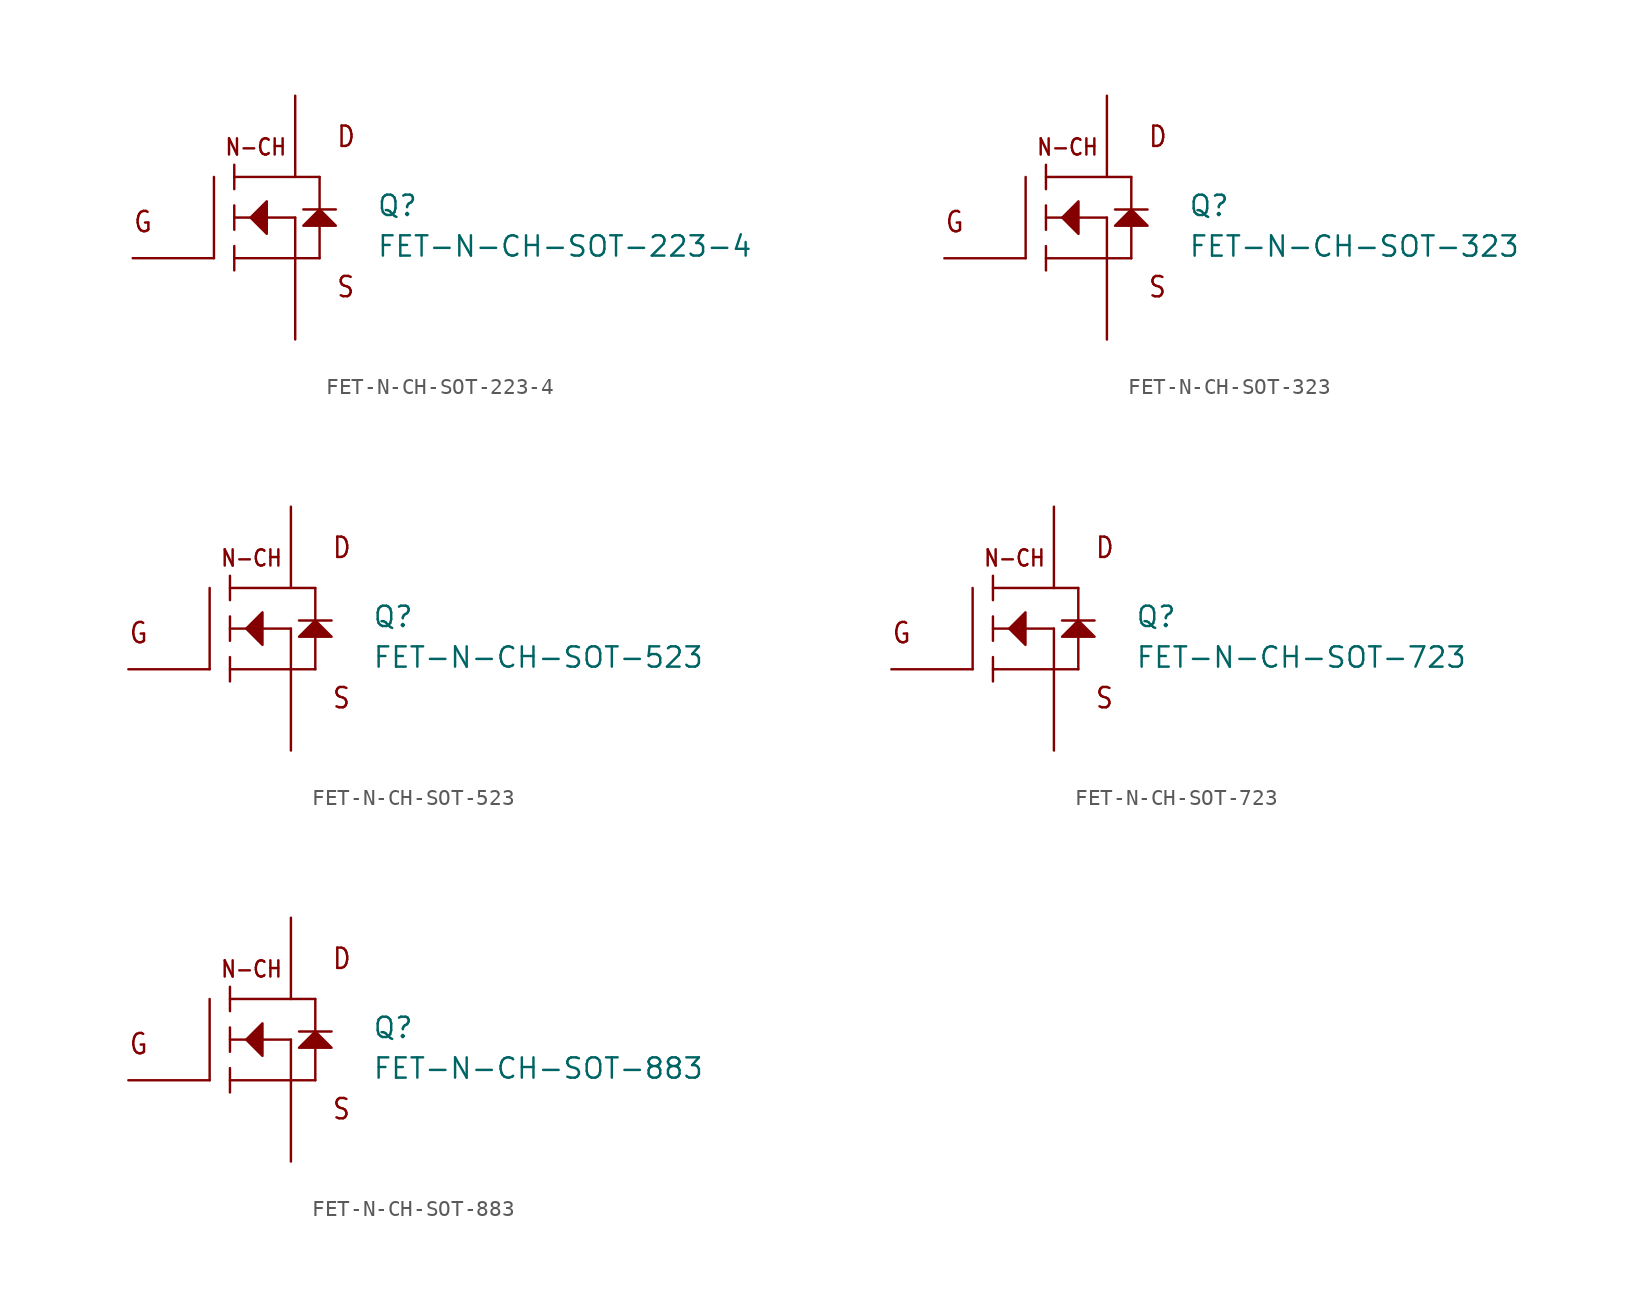
<source format=kicad_sym>
(kicad_symbol_lib
  (version 20211014)
  (generator kicad_symbol_editor)
  (symbol "FET-N-CH-SOT-223-4"
    (pin_numbers hide)
    (pin_names hide)
    (property "Reference" "Q"
      (at 7.62 0 0)
      (effects (font (size 1.27 1.27)) (justify left bottom)))
    (property "Value" "FET-N-CH-SOT-223-4"
      (at 7.62 -2.54 0)
      (effects (font (size 1.27 1.27)) (justify left bottom)))
    (property "Datasheet" ""
      (at 0 0 0))
    (property "ki_fp_filters" "FlashPCB_Transistors:SOT-223-4 FlashPCB_Transistors:SOT-223-4_NOSILK"
      (at 0 0 0))
    (symbol "FET-N-CH-SOT-223-4_1_1"
      (text "G" (at -7.62 -1.016 0) (effects (font (size 1.27 1.086)) (justify left bottom)))
      (text "D" (at 5.08 4.318 0) (effects (font (size 1.27 1.086)) (justify left bottom)))
      (text "S" (at 5.08 -5.08 0) (effects (font (size 1.27 1.086)) (justify left bottom)))
      (text "N-CH" (at -1.905 3.81 0) (effects (font (size 1.016 0.869)) (justify left bottom)))
      (polyline (pts (xy -0.254 0) (xy 0.762 1.016) (xy 0.762 -1.016) (xy -0.254 0)) (stroke (width 0.152) (type default)) (fill (type outline)))
      (polyline (pts (xy 3.048 -0.508) (xy 5.08 -0.508) (xy 4.064 0.508) (xy 3.048 -0.508)) (stroke (width 0.152) (type default)) (fill (type outline)))
      (polyline (pts (xy -2.54 -2.54) (xy -2.54 2.54)) (stroke (width 0.152)) (fill (type none)))
      (polyline (pts (xy 2.54 -2.54) (xy -1.27 -2.54)) (stroke (width 0.152)) (fill (type none)))
      (polyline (pts (xy 2.54 -2.54) (xy 2.54 0)) (stroke (width 0.152)) (fill (type none)))
      (polyline (pts (xy 2.54 0) (xy -1.27 0)) (stroke (width 0.152)) (fill (type none)))
      (polyline (pts (xy 4.064 2.54) (xy -1.27 2.54)) (stroke (width 0.152)) (fill (type none)))
      (polyline (pts (xy -1.27 3.302) (xy -1.27 1.778)) (stroke (width 0.152)) (fill (type none)))
      (polyline (pts (xy -1.27 0.762) (xy -1.27 -0.762)) (stroke (width 0.152)) (fill (type none)))
      (polyline (pts (xy -1.27 -1.778) (xy -1.27 -3.302)) (stroke (width 0.152)) (fill (type none)))
      (polyline (pts (xy 2.54 -2.54) (xy 4.064 -2.54)) (stroke (width 0.152)) (fill (type none)))
      (polyline (pts (xy 4.064 -2.54) (xy 4.064 2.54)) (stroke (width 0.152)) (fill (type none)))
      (polyline (pts (xy 3.048 0.508) (xy 5.08 0.508)) (stroke (width 0.152)) (fill (type none)))
      (circle private (center 0 0) (radius 5.68) (stroke (width 0.152) (type default)) (fill (type none)))
      (pin bidirectional line (at -7.62 -2.54 0) (length 5.08) (name "GATE" (effects (font (size 0 0)))) (number "1" (effects (font (size 0 0)))))
      (pin bidirectional line (at 2.54 -7.62 90) (length 5.08) (name "SOURCE" (effects (font (size 0 0)))) (number "3" (effects (font (size 0 0)))))
      (pin bidirectional line (at 2.54 7.62 270) (length 5.08) (name "DRAIN" (effects (font (size 0 0)))) (number "2" (effects (font (size 0 0)))))
      (pin bidirectional line (at 2.54 7.62 270) (length 5.08) hide (name "DRAIN" (effects (font (size 0 0)))) (number "4" (effects (font (size 0 0)))))))
  (symbol "FET-N-CH-SOT-323"
    (pin_numbers hide)
    (pin_names hide)
    (property "Reference" "Q"
      (at 7.62 0 0)
      (effects (font (size 1.27 1.27)) (justify left bottom)))
    (property "Value" "FET-N-CH-SOT-323"
      (at 7.62 -2.54 0)
      (effects (font (size 1.27 1.27)) (justify left bottom)))
    (property "Datasheet" ""
      (at 0 0 0))
    (property "ki_fp_filters" "FlashPCB_Transistors:SOT-323 FlashPCB_Transistors:SOT-323_NOSILK"
      (at 0 0 0))
    (symbol "FET-N-CH-SOT-323_1_1"
      (text "G" (at -7.62 -1.016 0) (effects (font (size 1.27 1.086)) (justify left bottom)))
      (text "D" (at 5.08 4.318 0) (effects (font (size 1.27 1.086)) (justify left bottom)))
      (text "S" (at 5.08 -5.08 0) (effects (font (size 1.27 1.086)) (justify left bottom)))
      (text "N-CH" (at -1.905 3.81 0) (effects (font (size 1.016 0.869)) (justify left bottom)))
      (polyline (pts (xy -0.254 0) (xy 0.762 1.016) (xy 0.762 -1.016) (xy -0.254 0)) (stroke (width 0.152) (type default)) (fill (type outline)))
      (polyline (pts (xy 3.048 -0.508) (xy 5.08 -0.508) (xy 4.064 0.508) (xy 3.048 -0.508)) (stroke (width 0.152) (type default)) (fill (type outline)))
      (polyline (pts (xy -2.54 -2.54) (xy -2.54 2.54)) (stroke (width 0.152)) (fill (type none)))
      (polyline (pts (xy 2.54 -2.54) (xy -1.27 -2.54)) (stroke (width 0.152)) (fill (type none)))
      (polyline (pts (xy 2.54 -2.54) (xy 2.54 0)) (stroke (width 0.152)) (fill (type none)))
      (polyline (pts (xy 2.54 0) (xy -1.27 0)) (stroke (width 0.152)) (fill (type none)))
      (polyline (pts (xy 4.064 2.54) (xy -1.27 2.54)) (stroke (width 0.152)) (fill (type none)))
      (polyline (pts (xy -1.27 3.302) (xy -1.27 1.778)) (stroke (width 0.152)) (fill (type none)))
      (polyline (pts (xy -1.27 0.762) (xy -1.27 -0.762)) (stroke (width 0.152)) (fill (type none)))
      (polyline (pts (xy -1.27 -1.778) (xy -1.27 -3.302)) (stroke (width 0.152)) (fill (type none)))
      (polyline (pts (xy 2.54 -2.54) (xy 4.064 -2.54)) (stroke (width 0.152)) (fill (type none)))
      (polyline (pts (xy 4.064 -2.54) (xy 4.064 2.54)) (stroke (width 0.152)) (fill (type none)))
      (polyline (pts (xy 3.048 0.508) (xy 5.08 0.508)) (stroke (width 0.152)) (fill (type none)))
      (circle private (center 0 0) (radius 5.68) (stroke (width 0.152) (type default)) (fill (type none)))
      (pin bidirectional line (at -7.62 -2.54 0) (length 5.08) (name "GATE" (effects (font (size 0 0)))) (number "1" (effects (font (size 0 0)))))
      (pin bidirectional line (at 2.54 -7.62 90) (length 5.08) (name "SOURCE" (effects (font (size 0 0)))) (number "2" (effects (font (size 0 0)))))
      (pin bidirectional line (at 2.54 7.62 270) (length 5.08) (name "DRAIN" (effects (font (size 0 0)))) (number "3" (effects (font (size 0 0)))))))
  (symbol "FET-N-CH-SOT-523"
    (pin_numbers hide)
    (pin_names hide)
    (property "Reference" "Q"
      (at 7.62 0 0)
      (effects (font (size 1.27 1.27)) (justify left bottom)))
    (property "Value" "FET-N-CH-SOT-523"
      (at 7.62 -2.54 0)
      (effects (font (size 1.27 1.27)) (justify left bottom)))
    (property "Datasheet" ""
      (at 0 0 0))
    (property "ki_fp_filters" "FlashPCB_Transistors:SOT-523 FlashPCB_Transistors:SOT-523_NOSILK"
      (at 0 0 0))
    (symbol "FET-N-CH-SOT-523_1_1"
      (text "G" (at -7.62 -1.016 0) (effects (font (size 1.27 1.086)) (justify left bottom)))
      (text "D" (at 5.08 4.318 0) (effects (font (size 1.27 1.086)) (justify left bottom)))
      (text "S" (at 5.08 -5.08 0) (effects (font (size 1.27 1.086)) (justify left bottom)))
      (text "N-CH" (at -1.905 3.81 0) (effects (font (size 1.016 0.869)) (justify left bottom)))
      (polyline (pts (xy -0.254 0) (xy 0.762 1.016) (xy 0.762 -1.016) (xy -0.254 0)) (stroke (width 0.152) (type default)) (fill (type outline)))
      (polyline (pts (xy 3.048 -0.508) (xy 5.08 -0.508) (xy 4.064 0.508) (xy 3.048 -0.508)) (stroke (width 0.152) (type default)) (fill (type outline)))
      (polyline (pts (xy -2.54 -2.54) (xy -2.54 2.54)) (stroke (width 0.152)) (fill (type none)))
      (polyline (pts (xy 2.54 -2.54) (xy -1.27 -2.54)) (stroke (width 0.152)) (fill (type none)))
      (polyline (pts (xy 2.54 -2.54) (xy 2.54 0)) (stroke (width 0.152)) (fill (type none)))
      (polyline (pts (xy 2.54 0) (xy -1.27 0)) (stroke (width 0.152)) (fill (type none)))
      (polyline (pts (xy 4.064 2.54) (xy -1.27 2.54)) (stroke (width 0.152)) (fill (type none)))
      (polyline (pts (xy -1.27 3.302) (xy -1.27 1.778)) (stroke (width 0.152)) (fill (type none)))
      (polyline (pts (xy -1.27 0.762) (xy -1.27 -0.762)) (stroke (width 0.152)) (fill (type none)))
      (polyline (pts (xy -1.27 -1.778) (xy -1.27 -3.302)) (stroke (width 0.152)) (fill (type none)))
      (polyline (pts (xy 2.54 -2.54) (xy 4.064 -2.54)) (stroke (width 0.152)) (fill (type none)))
      (polyline (pts (xy 4.064 -2.54) (xy 4.064 2.54)) (stroke (width 0.152)) (fill (type none)))
      (polyline (pts (xy 3.048 0.508) (xy 5.08 0.508)) (stroke (width 0.152)) (fill (type none)))
      (circle private (center 0 0) (radius 5.68) (stroke (width 0.152) (type default)) (fill (type none)))
      (pin bidirectional line (at -7.62 -2.54 0) (length 5.08) (name "GATE" (effects (font (size 0 0)))) (number "1" (effects (font (size 0 0)))))
      (pin bidirectional line (at 2.54 -7.62 90) (length 5.08) (name "SOURCE" (effects (font (size 0 0)))) (number "2" (effects (font (size 0 0)))))
      (pin bidirectional line (at 2.54 7.62 270) (length 5.08) (name "DRAIN" (effects (font (size 0 0)))) (number "3" (effects (font (size 0 0)))))))
  (symbol "FET-N-CH-SOT-723"
    (pin_numbers hide)
    (pin_names hide)
    (property "Reference" "Q"
      (at 7.62 0 0)
      (effects (font (size 1.27 1.27)) (justify left bottom)))
    (property "Value" "FET-N-CH-SOT-723"
      (at 7.62 -2.54 0)
      (effects (font (size 1.27 1.27)) (justify left bottom)))
    (property "Datasheet" ""
      (at 0 0 0))
    (property "ki_fp_filters" "FlashPCB_Transistors:SOT-723 FlashPCB_Transistors:SOT-723_NOSILK"
      (at 0 0 0))
    (symbol "FET-N-CH-SOT-723_1_1"
      (text "G" (at -7.62 -1.016 0) (effects (font (size 1.27 1.086)) (justify left bottom)))
      (text "D" (at 5.08 4.318 0) (effects (font (size 1.27 1.086)) (justify left bottom)))
      (text "S" (at 5.08 -5.08 0) (effects (font (size 1.27 1.086)) (justify left bottom)))
      (text "N-CH" (at -1.905 3.81 0) (effects (font (size 1.016 0.869)) (justify left bottom)))
      (polyline (pts (xy -0.254 0) (xy 0.762 1.016) (xy 0.762 -1.016) (xy -0.254 0)) (stroke (width 0.152) (type default)) (fill (type outline)))
      (polyline (pts (xy 3.048 -0.508) (xy 5.08 -0.508) (xy 4.064 0.508) (xy 3.048 -0.508)) (stroke (width 0.152) (type default)) (fill (type outline)))
      (polyline (pts (xy -2.54 -2.54) (xy -2.54 2.54)) (stroke (width 0.152)) (fill (type none)))
      (polyline (pts (xy 2.54 -2.54) (xy -1.27 -2.54)) (stroke (width 0.152)) (fill (type none)))
      (polyline (pts (xy 2.54 -2.54) (xy 2.54 0)) (stroke (width 0.152)) (fill (type none)))
      (polyline (pts (xy 2.54 0) (xy -1.27 0)) (stroke (width 0.152)) (fill (type none)))
      (polyline (pts (xy 4.064 2.54) (xy -1.27 2.54)) (stroke (width 0.152)) (fill (type none)))
      (polyline (pts (xy -1.27 3.302) (xy -1.27 1.778)) (stroke (width 0.152)) (fill (type none)))
      (polyline (pts (xy -1.27 0.762) (xy -1.27 -0.762)) (stroke (width 0.152)) (fill (type none)))
      (polyline (pts (xy -1.27 -1.778) (xy -1.27 -3.302)) (stroke (width 0.152)) (fill (type none)))
      (polyline (pts (xy 2.54 -2.54) (xy 4.064 -2.54)) (stroke (width 0.152)) (fill (type none)))
      (polyline (pts (xy 4.064 -2.54) (xy 4.064 2.54)) (stroke (width 0.152)) (fill (type none)))
      (polyline (pts (xy 3.048 0.508) (xy 5.08 0.508)) (stroke (width 0.152)) (fill (type none)))
      (circle private (center 0 0) (radius 5.68) (stroke (width 0.152) (type default)) (fill (type none)))
      (pin bidirectional line (at -7.62 -2.54 0) (length 5.08) (name "GATE" (effects (font (size 0 0)))) (number "1" (effects (font (size 0 0)))))
      (pin bidirectional line (at 2.54 -7.62 90) (length 5.08) (name "SOURCE" (effects (font (size 0 0)))) (number "2" (effects (font (size 0 0)))))
      (pin bidirectional line (at 2.54 7.62 270) (length 5.08) (name "DRAIN" (effects (font (size 0 0)))) (number "3" (effects (font (size 0 0)))))))
  (symbol "FET-N-CH-SOT-883"
    (pin_numbers hide)
    (pin_names hide)
    (property "Reference" "Q"
      (at 7.62 0 0)
      (effects (font (size 1.27 1.27)) (justify left bottom)))
    (property "Value" "FET-N-CH-SOT-883"
      (at 7.62 -2.54 0)
      (effects (font (size 1.27 1.27)) (justify left bottom)))
    (property "Datasheet" ""
      (at 0 0 0))
    (property "ki_fp_filters" "FlashPCB_Transistors:SOT-883 FlashPCB_Transistors:SOT-883_NOSILK"
      (at 0 0 0))
    (symbol "FET-N-CH-SOT-883_1_1"
      (text "G" (at -7.62 -1.016 0) (effects (font (size 1.27 1.086)) (justify left bottom)))
      (text "D" (at 5.08 4.318 0) (effects (font (size 1.27 1.086)) (justify left bottom)))
      (text "S" (at 5.08 -5.08 0) (effects (font (size 1.27 1.086)) (justify left bottom)))
      (text "N-CH" (at -1.905 3.81 0) (effects (font (size 1.016 0.869)) (justify left bottom)))
      (polyline (pts (xy -0.254 0) (xy 0.762 1.016) (xy 0.762 -1.016) (xy -0.254 0)) (stroke (width 0.152) (type default)) (fill (type outline)))
      (polyline (pts (xy 3.048 -0.508) (xy 5.08 -0.508) (xy 4.064 0.508) (xy 3.048 -0.508)) (stroke (width 0.152) (type default)) (fill (type outline)))
      (polyline (pts (xy -2.54 -2.54) (xy -2.54 2.54)) (stroke (width 0.152)) (fill (type none)))
      (polyline (pts (xy 2.54 -2.54) (xy -1.27 -2.54)) (stroke (width 0.152)) (fill (type none)))
      (polyline (pts (xy 2.54 -2.54) (xy 2.54 0)) (stroke (width 0.152)) (fill (type none)))
      (polyline (pts (xy 2.54 0) (xy -1.27 0)) (stroke (width 0.152)) (fill (type none)))
      (polyline (pts (xy 4.064 2.54) (xy -1.27 2.54)) (stroke (width 0.152)) (fill (type none)))
      (polyline (pts (xy -1.27 3.302) (xy -1.27 1.778)) (stroke (width 0.152)) (fill (type none)))
      (polyline (pts (xy -1.27 0.762) (xy -1.27 -0.762)) (stroke (width 0.152)) (fill (type none)))
      (polyline (pts (xy -1.27 -1.778) (xy -1.27 -3.302)) (stroke (width 0.152)) (fill (type none)))
      (polyline (pts (xy 2.54 -2.54) (xy 4.064 -2.54)) (stroke (width 0.152)) (fill (type none)))
      (polyline (pts (xy 4.064 -2.54) (xy 4.064 2.54)) (stroke (width 0.152)) (fill (type none)))
      (polyline (pts (xy 3.048 0.508) (xy 5.08 0.508)) (stroke (width 0.152)) (fill (type none)))
      (circle private (center 0 0) (radius 5.68) (stroke (width 0.152) (type default)) (fill (type none)))
      (pin bidirectional line (at -7.62 -2.54 0) (length 5.08) (name "GATE" (effects (font (size 0 0)))) (number "1" (effects (font (size 0 0)))))
      (pin bidirectional line (at 2.54 -7.62 90) (length 5.08) (name "SOURCE" (effects (font (size 0 0)))) (number "2" (effects (font (size 0 0)))))
      (pin bidirectional line (at 2.54 7.62 270) (length 5.08) (name "DRAIN" (effects (font (size 0 0)))) (number "3" (effects (font (size 0 0))))))))
</source>
